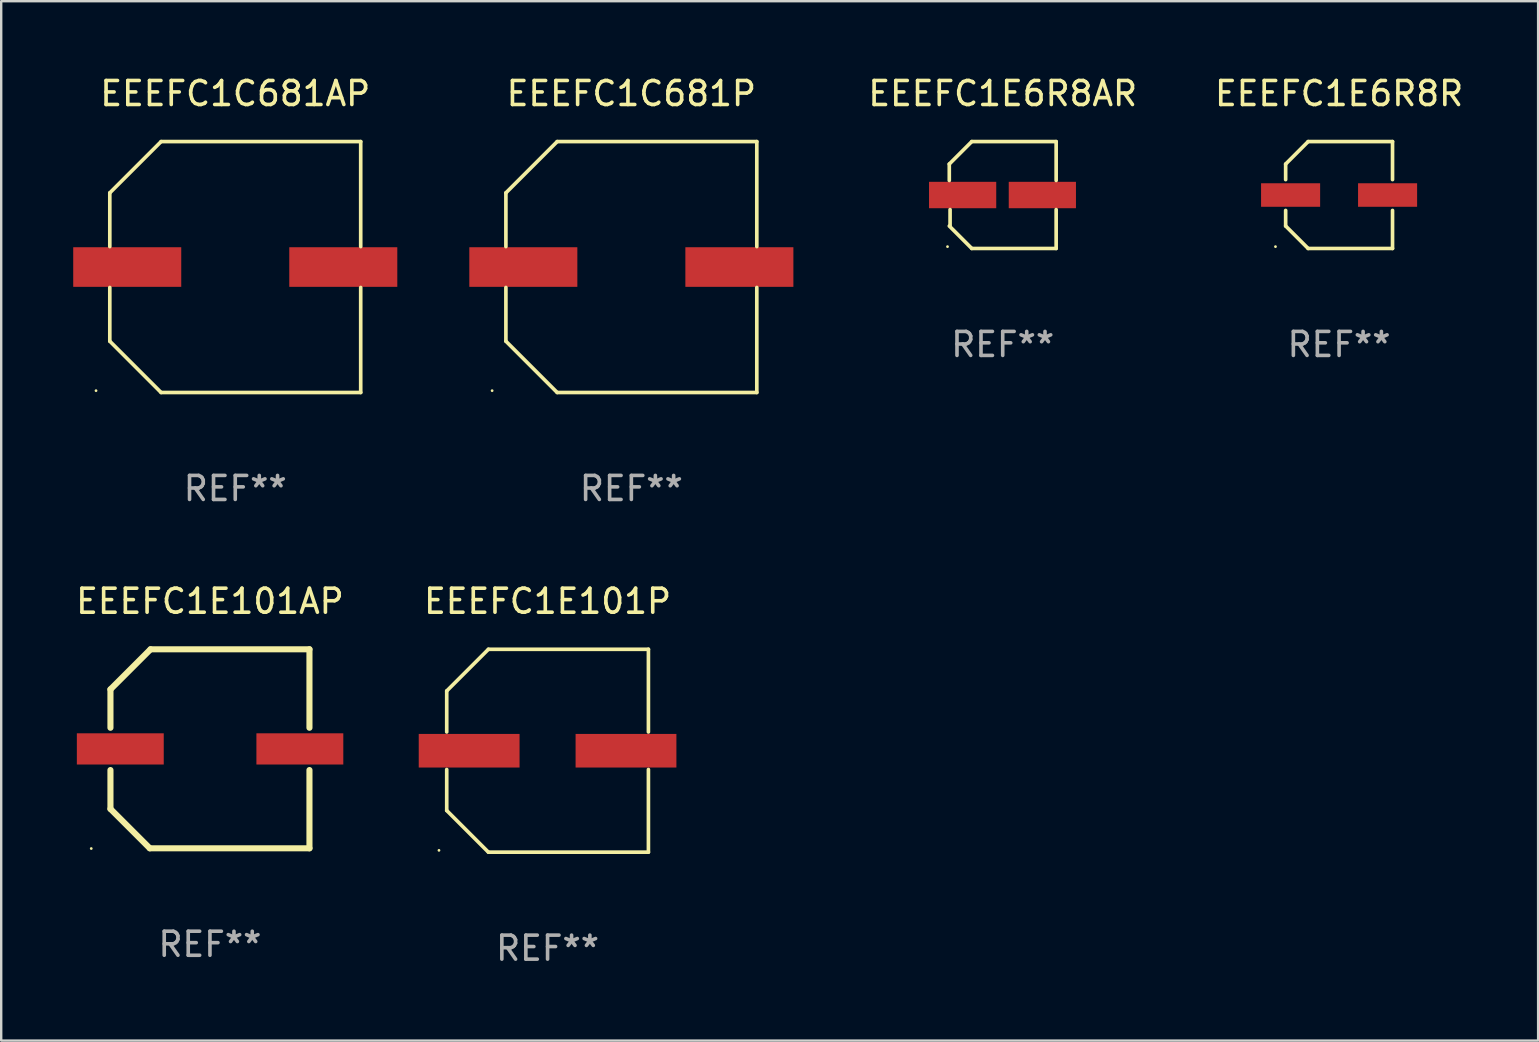
<source format=kicad_pcb>
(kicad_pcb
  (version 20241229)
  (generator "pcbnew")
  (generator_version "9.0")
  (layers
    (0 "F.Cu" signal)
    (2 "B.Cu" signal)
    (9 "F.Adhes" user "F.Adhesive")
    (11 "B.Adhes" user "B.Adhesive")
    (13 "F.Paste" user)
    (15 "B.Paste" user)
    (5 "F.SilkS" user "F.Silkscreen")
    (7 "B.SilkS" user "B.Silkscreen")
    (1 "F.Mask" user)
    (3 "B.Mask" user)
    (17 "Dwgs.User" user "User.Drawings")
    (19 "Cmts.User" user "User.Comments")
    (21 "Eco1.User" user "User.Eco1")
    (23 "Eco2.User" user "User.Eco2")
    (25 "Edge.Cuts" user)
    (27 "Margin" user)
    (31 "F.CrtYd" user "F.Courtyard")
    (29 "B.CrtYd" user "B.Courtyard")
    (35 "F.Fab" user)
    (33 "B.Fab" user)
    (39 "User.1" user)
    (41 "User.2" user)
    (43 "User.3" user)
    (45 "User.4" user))
  (footprint "EEEFC1E6R8AR"
    (layer "F.Cu")
    (at 38.72 5.074)
    (property "Reference" "EEEFC1E6R8AR" (at 0 -4.226 0) (layer "F.SilkS") (effects (font (size 1 1) (thickness 0.15))))
    (attr through_hole)
    (fp_line (start -2.226 -1.29) (end -2.226 -0.607) (stroke (width 0.152) (type solid)) (layer "F.SilkS"))
    (fp_line (start -2.193 1.29) (end -2.193 0.607) (stroke (width 0.152) (type solid)) (layer "F.SilkS"))
    (fp_line (start -1.29 2.226) (end -2.226 1.29) (stroke (width 0.152) (type solid)) (layer "F.SilkS"))
    (fp_line (start -1.29 -2.226) (end -2.226 -1.29) (stroke (width 0.152) (type solid)) (layer "F.SilkS"))
    (fp_line (start 2.226 -2.226) (end -1.29 -2.226) (stroke (width 0.152) (type solid)) (layer "F.SilkS"))
    (fp_line (start 2.226 -0.607) (end 2.226 -2.226) (stroke (width 0.152) (type solid)) (layer "F.SilkS"))
    (fp_line (start 2.226 0.607) (end 2.226 2.226) (stroke (width 0.152) (type solid)) (layer "F.SilkS"))
    (fp_line (start 2.226 2.226) (end -1.29 2.226) (stroke (width 0.152) (type solid)) (layer "F.SilkS"))
    (fp_circle (center -2.3 2.15) (end -2.27 2.15) (stroke (width 0.06) (type solid)) (fill no) (layer "F.SilkS"))
    (fp_text user "REF**" (at 0 6.226 0) (layer "F.Fab") (effects (font (size 1 1) (thickness 0.15))))
    (pad "1" smd rect (at -1.67 -0.000025) (size 2.8 1.1) (layers "F.Cu" "F.Mask" "F.Paste"))
    (pad "2" smd rect (at 1.651 -0.000025) (size 2.8 1.1) (layers "F.Cu" "F.Mask" "F.Paste")))
  (footprint "EEEFC1C681P"
    (layer "F.Cu")
    (at 23.25 8.074)
    (property "Reference" "EEEFC1C681P" (at 0 -7.226 0) (layer "F.SilkS") (effects (font (size 1 1) (thickness 0.15))))
    (attr through_hole)
    (fp_line (start -5.226 -3.09) (end -5.226 -0.852) (stroke (width 0.152) (type solid)) (layer "F.SilkS"))
    (fp_line (start -5.226 3.09) (end -5.226 0.852) (stroke (width 0.152) (type solid)) (layer "F.SilkS"))
    (fp_line (start -3.09 -5.226) (end -5.226 -3.09) (stroke (width 0.152) (type solid)) (layer "F.SilkS"))
    (fp_line (start -3.09 5.226) (end -5.226 3.09) (stroke (width 0.152) (type solid)) (layer "F.SilkS"))
    (fp_line (start 5.226 -5.226) (end -3.09 -5.226) (stroke (width 0.152) (type solid)) (layer "F.SilkS"))
    (fp_line (start 5.226 -0.852) (end 5.226 -5.226) (stroke (width 0.152) (type solid)) (layer "F.SilkS"))
    (fp_line (start 5.226 0.852) (end 5.226 5.226) (stroke (width 0.152) (type solid)) (layer "F.SilkS"))
    (fp_line (start 5.226 5.226) (end -3.09 5.226) (stroke (width 0.152) (type solid)) (layer "F.SilkS"))
    (fp_circle (center -5.8 5.15) (end -5.77 5.15) (stroke (width 0.06) (type solid)) (fill no) (layer "F.SilkS"))
    (fp_text user "REF**" (at 0 9.226 0) (layer "F.Fab") (effects (font (size 1 1) (thickness 0.15))))
    (pad "1" smd rect (at -4.5 0) (size 4.5 1.65) (layers "F.Cu" "F.Mask" "F.Paste"))
    (pad "2" smd rect (at 4.5 0) (size 4.5 1.65) (layers "F.Cu" "F.Mask" "F.Paste")))
  (footprint "EEEFC1E6R8R"
    (layer "F.Cu")
    (at 52.732 5.074)
    (property "Reference" "EEEFC1E6R8R" (at 0 -4.226 0) (layer "F.SilkS") (effects (font (size 1 1) (thickness 0.15))))
    (attr through_hole)
    (fp_line (start -2.226 -1.29) (end -1.29 -2.226) (stroke (width 0.152) (type solid)) (layer "F.SilkS"))
    (fp_line (start -2.226 -0.642) (end -2.226 -1.29) (stroke (width 0.152) (type solid)) (layer "F.SilkS"))
    (fp_line (start -2.226 0.642) (end -2.226 1.29) (stroke (width 0.152) (type solid)) (layer "F.SilkS"))
    (fp_line (start -2.226 1.29) (end -1.29 2.226) (stroke (width 0.152) (type solid)) (layer "F.SilkS"))
    (fp_line (start -1.29 -2.226) (end 2.226 -2.226) (stroke (width 0.152) (type solid)) (layer "F.SilkS"))
    (fp_line (start -1.29 2.226) (end 2.226 2.226) (stroke (width 0.152) (type solid)) (layer "F.SilkS"))
    (fp_line (start 2.226 -2.226) (end 2.226 -0.642) (stroke (width 0.152) (type solid)) (layer "F.SilkS"))
    (fp_line (start 2.226 2.226) (end 2.226 0.642) (stroke (width 0.152) (type solid)) (layer "F.SilkS"))
    (fp_circle (center -2.65 2.15) (end -2.62 2.15) (stroke (width 0.06) (type solid)) (fill no) (layer "F.SilkS"))
    (fp_text user "REF**" (at 0 6.226 0) (layer "F.Fab") (effects (font (size 1 1) (thickness 0.15))))
    (pad "1" smd rect (at -2.02 -0.000013) (size 2.46 0.98) (layers "F.Cu" "F.Mask" "F.Paste"))
    (pad "2" smd rect (at 2.02 -0.000013) (size 2.46 0.98) (layers "F.Cu" "F.Mask" "F.Paste")))
  (footprint "EEEFC1E101AP"
    (layer "F.Cu")
    (at 5.696 28.142)
    (property "Reference" "EEEFC1E101AP" (at 0 -6.145 0) (layer "F.SilkS") (effects (font (size 1 1) (thickness 0.15))))
    (attr through_hole)
    (fp_line (start -4.145 -2.475) (end -4.145 -0.876) (stroke (width 0.254) (type solid)) (layer "F.SilkS"))
    (fp_line (start -4.145 0.886) (end -4.145 2.505) (stroke (width 0.254) (type solid)) (layer "F.SilkS"))
    (fp_line (start -4.145 2.505) (end -2.505 4.145) (stroke (width 0.254) (type solid)) (layer "F.SilkS"))
    (fp_line (start -2.505 4.145) (end 4.145 4.145) (stroke (width 0.254) (type solid)) (layer "F.SilkS"))
    (fp_line (start -2.475 -4.145) (end -4.145 -2.475) (stroke (width 0.254) (type solid)) (layer "F.SilkS"))
    (fp_line (start 4.145 -4.145) (end -2.475 -4.145) (stroke (width 0.254) (type solid)) (layer "F.SilkS"))
    (fp_line (start 4.145 -0.876) (end 4.145 -4.145) (stroke (width 0.254) (type solid)) (layer "F.SilkS"))
    (fp_line (start 4.145 4.145) (end 4.145 0.886) (stroke (width 0.254) (type solid)) (layer "F.SilkS"))
    (fp_circle (center -4.945 4.155) (end -4.915 4.155) (stroke (width 0.06) (type solid)) (fill no) (layer "F.SilkS"))
    (fp_text user "REF**" (at 0 8.145 0) (layer "F.Fab") (effects (font (size 1 1) (thickness 0.15))))
    (pad "1" smd rect (at -3.735 0.005) (size 3.62 1.3) (layers "F.Cu" "F.Mask" "F.Paste"))
    (pad "2" smd rect (at 3.745 0.005) (size 3.62 1.3) (layers "F.Cu" "F.Mask" "F.Paste")))
  (footprint "EEEFC1C681AP"
    (layer "F.Cu")
    (at 6.75 8.074)
    (property "Reference" "EEEFC1C681AP" (at 0 -7.226 0) (layer "F.SilkS") (effects (font (size 1 1) (thickness 0.15))))
    (attr through_hole)
    (fp_line (start -5.226 -3.09) (end -5.226 -0.852) (stroke (width 0.152) (type solid)) (layer "F.SilkS"))
    (fp_line (start -5.226 3.09) (end -5.226 0.852) (stroke (width 0.152) (type solid)) (layer "F.SilkS"))
    (fp_line (start -3.09 -5.226) (end -5.226 -3.09) (stroke (width 0.152) (type solid)) (layer "F.SilkS"))
    (fp_line (start -3.09 5.226) (end -5.226 3.09) (stroke (width 0.152) (type solid)) (layer "F.SilkS"))
    (fp_line (start 5.226 -5.226) (end -3.09 -5.226) (stroke (width 0.152) (type solid)) (layer "F.SilkS"))
    (fp_line (start 5.226 -0.852) (end 5.226 -5.226) (stroke (width 0.152) (type solid)) (layer "F.SilkS"))
    (fp_line (start 5.226 0.852) (end 5.226 5.226) (stroke (width 0.152) (type solid)) (layer "F.SilkS"))
    (fp_line (start 5.226 5.226) (end -3.09 5.226) (stroke (width 0.152) (type solid)) (layer "F.SilkS"))
    (fp_circle (center -5.8 5.15) (end -5.77 5.15) (stroke (width 0.06) (type solid)) (fill no) (layer "F.SilkS"))
    (fp_text user "REF**" (at 0 9.226 0) (layer "F.Fab") (effects (font (size 1 1) (thickness 0.15))))
    (pad "1" smd rect (at -4.5 0) (size 4.5 1.65) (layers "F.Cu" "F.Mask" "F.Paste"))
    (pad "2" smd rect (at 4.5 0) (size 4.5 1.65) (layers "F.Cu" "F.Mask" "F.Paste")))
  (footprint "EEEFC1E101P"
    (layer "F.Cu")
    (at 19.76 28.223)
    (property "Reference" "EEEFC1E101P" (at 0 -6.226 0) (layer "F.SilkS") (effects (font (size 1 1) (thickness 0.15))))
    (attr through_hole)
    (fp_line (start -4.201 -2.49) (end -4.201 -0.782) (stroke (width 0.152) (type solid)) (layer "F.SilkS"))
    (fp_line (start -4.201 2.49) (end -4.201 0.782) (stroke (width 0.152) (type solid)) (layer "F.SilkS"))
    (fp_line (start -2.465 -4.226) (end -4.201 -2.49) (stroke (width 0.152) (type solid)) (layer "F.SilkS"))
    (fp_line (start -2.465 4.226) (end -4.201 2.49) (stroke (width 0.152) (type solid)) (layer "F.SilkS"))
    (fp_line (start 4.201 -4.226) (end -2.465 -4.226) (stroke (width 0.152) (type solid)) (layer "F.SilkS"))
    (fp_line (start 4.201 -0.782) (end 4.201 -4.226) (stroke (width 0.152) (type solid)) (layer "F.SilkS"))
    (fp_line (start 4.201 0.782) (end 4.201 4.226) (stroke (width 0.152) (type solid)) (layer "F.SilkS"))
    (fp_line (start 4.201 4.226) (end -2.465 4.226) (stroke (width 0.152) (type solid)) (layer "F.SilkS"))
    (fp_circle (center -4.524 4.15) (end -4.494 4.15) (stroke (width 0.06) (type solid)) (fill no) (layer "F.SilkS"))
    (fp_text user "REF**" (at 0 8.226 0) (layer "F.Fab") (effects (font (size 1 1) (thickness 0.15))))
    (pad "1" smd rect (at -3.267 0) (size 4.2 1.4) (layers "F.Cu" "F.Mask" "F.Paste"))
    (pad "2" smd rect (at 3.267 0) (size 4.2 1.4) (layers "F.Cu" "F.Mask" "F.Paste")))
  (gr_rect
    (start -3 -3)
    (end 61.023 40.298)
    (stroke (width 0.1) (type default))
    (fill no)
    (layer "Edge.Cuts")))
</source>
